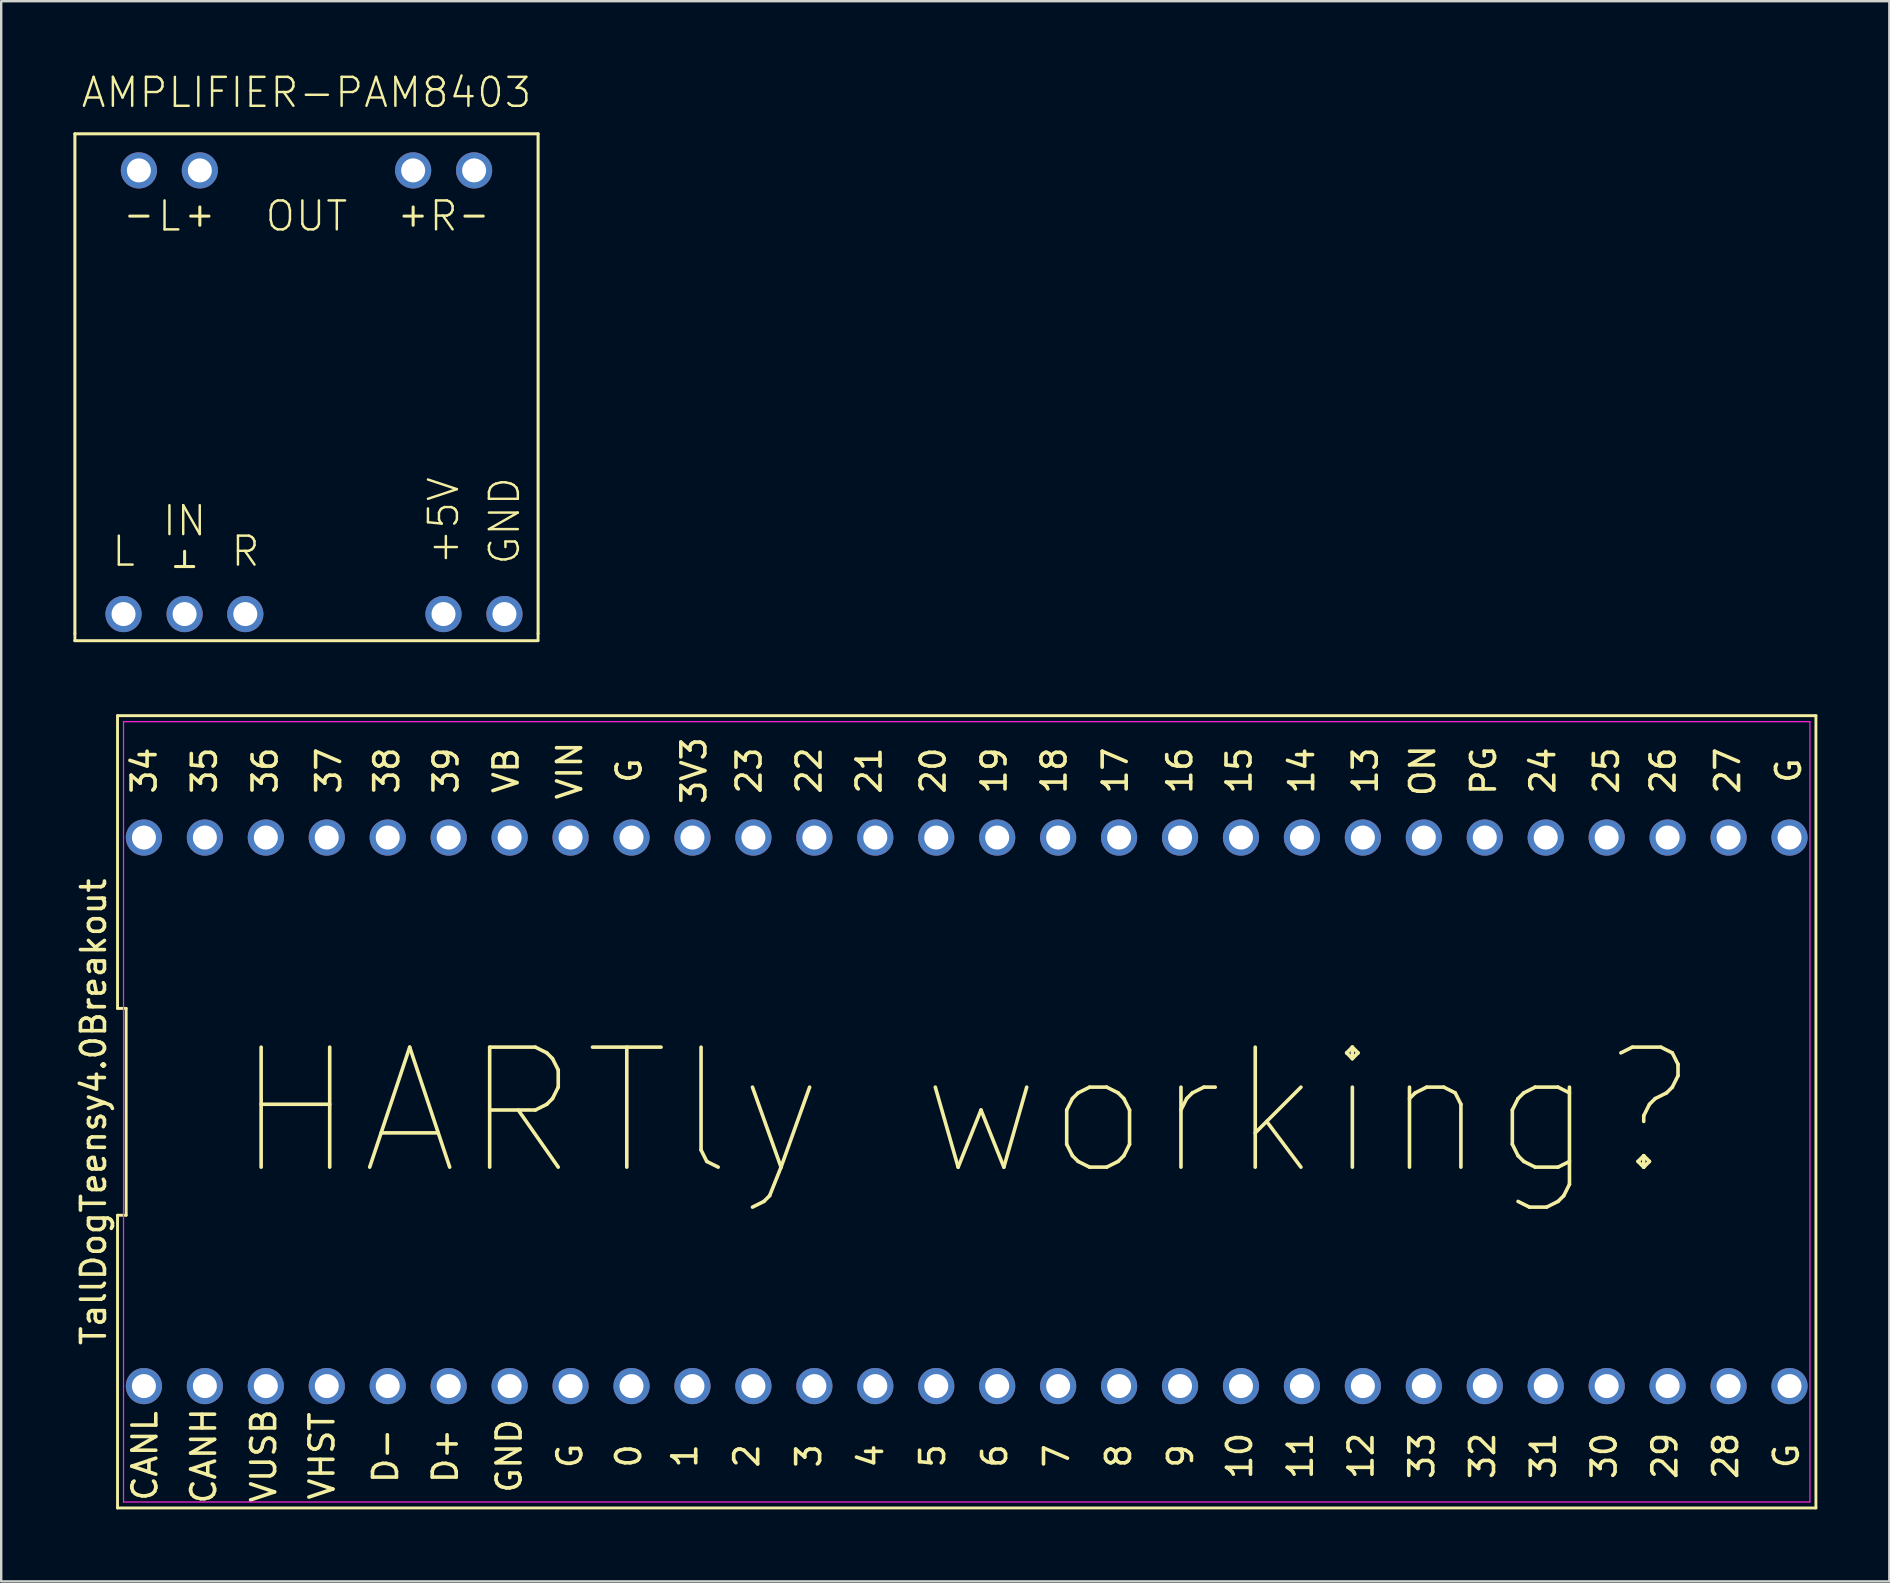
<source format=kicad_pcb>
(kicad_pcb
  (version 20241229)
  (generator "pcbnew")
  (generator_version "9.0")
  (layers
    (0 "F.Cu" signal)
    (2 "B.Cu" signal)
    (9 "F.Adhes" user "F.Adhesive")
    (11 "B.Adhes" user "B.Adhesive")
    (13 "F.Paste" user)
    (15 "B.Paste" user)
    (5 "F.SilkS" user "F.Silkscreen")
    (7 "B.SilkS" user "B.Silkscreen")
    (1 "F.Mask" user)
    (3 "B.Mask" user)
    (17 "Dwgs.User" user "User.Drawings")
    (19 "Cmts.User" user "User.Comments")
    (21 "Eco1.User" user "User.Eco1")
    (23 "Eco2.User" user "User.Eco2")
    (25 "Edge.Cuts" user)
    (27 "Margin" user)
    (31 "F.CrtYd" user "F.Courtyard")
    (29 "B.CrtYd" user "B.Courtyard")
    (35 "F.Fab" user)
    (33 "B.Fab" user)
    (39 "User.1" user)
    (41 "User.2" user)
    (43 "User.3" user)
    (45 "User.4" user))
  (footprint "AMPLIFIER-PAM8403"
    (layer "F.Cu")
    (at 4.373 11.691)
    (property "Reference" "AMPLIFIER-PAM8403" (at 5.35 -10.18 0) (layer "F.SilkS") (effects (font (size 1.206 1.206) (thickness 0.102)) (justify bottom)))
    (attr through_hole)
    (fp_line (start -4.302 -9.164) (end 15.002 -9.164) (stroke (width 0.127) (type solid)) (layer "F.SilkS"))
    (fp_line (start -4.302 11.664) (end -4.302 -9.164) (stroke (width 0.127) (type solid)) (layer "F.SilkS"))
    (fp_line (start -4.302 11.664) (end -4.3 11.94) (stroke (width 0.12) (type solid)) (layer "F.SilkS"))
    (fp_line (start -1.254 -5.735) (end -2.016 -5.735) (stroke (width 0.127) (type solid)) (layer "F.SilkS"))
    (fp_line (start -0.111 8.87) (end 0.651 8.87) (stroke (width 0.127) (type solid)) (layer "F.SilkS"))
    (fp_line (start 0.27 8.235) (end 0.27 8.87) (stroke (width 0.127) (type solid)) (layer "F.SilkS"))
    (fp_line (start 0.524 -5.735) (end 1.286 -5.735) (stroke (width 0.127) (type solid)) (layer "F.SilkS"))
    (fp_line (start 0.905 -6.116) (end 0.905 -5.354) (stroke (width 0.127) (type solid)) (layer "F.SilkS"))
    (fp_line (start 9.414 -5.735) (end 10.176 -5.735) (stroke (width 0.127) (type solid)) (layer "F.SilkS"))
    (fp_line (start 9.795 -6.116) (end 9.795 -5.354) (stroke (width 0.127) (type solid)) (layer "F.SilkS"))
    (fp_line (start 11.954 -5.735) (end 12.716 -5.735) (stroke (width 0.127) (type solid)) (layer "F.SilkS"))
    (fp_line (start 14.994 11.96) (end -4.31 11.96) (stroke (width 0.127) (type solid)) (layer "F.SilkS"))
    (fp_line (start 15 11.95) (end 15 11.67) (stroke (width 0.12) (type solid)) (layer "F.SilkS"))
    (fp_line (start 15.002 -9.164) (end 15.002 11.664) (stroke (width 0.127) (type solid)) (layer "F.SilkS"))
    (fp_text user "R" (at 2.81 8.235 0) (layer "F.SilkS") (effects (font (size 1.206 1.206) (thickness 0.102))))
    (fp_text user "OUT" (at 5.35 -5.735 0) (layer "F.SilkS") (effects (font (size 1.206 1.206) (thickness 0.102))))
    (fp_text user "L" (at -2.27 8.235 0) (layer "F.SilkS") (effects (font (size 1.206 1.206) (thickness 0.102))))
    (fp_text user "L" (at -0.365 -5.735 0) (layer "F.SilkS") (effects (font (size 1.206 1.206) (thickness 0.102))))
    (fp_text user "+5V" (at 11.065 8.87 90) (layer "F.SilkS") (effects (font (size 1.206 1.206) (thickness 0.102)) (justify left)))
    (fp_text user "GND" (at 13.605 8.87 90) (layer "F.SilkS") (effects (font (size 1.206 1.206) (thickness 0.102)) (justify left)))
    (fp_text user "IN" (at 0.27 6.965 0) (layer "F.SilkS") (effects (font (size 1.206 1.206) (thickness 0.102))))
    (fp_text user "R" (at 11.065 -5.735 0) (layer "F.SilkS") (effects (font (size 1.206 1.206) (thickness 0.102))))
    (pad "+5V" thru_hole circle (at 11.06 10.85) (size 1.508 1.508) (drill 1) (layers "*.Cu" "*.Mask"))
    (pad "GND" thru_hole circle (at 13.6 10.85) (size 1.508 1.508) (drill 1) (layers "*.Cu" "*.Mask"))
    (pad "IN.COM" thru_hole circle (at 0.27 10.85) (size 1.508 1.508) (drill 1) (layers "*.Cu" "*.Mask"))
    (pad "IN.L" thru_hole circle (at -2.275 10.85) (size 1.508 1.508) (drill 1) (layers "*.Cu" "*.Mask"))
    (pad "IN.R" thru_hole circle (at 2.8 10.85) (size 1.508 1.508) (drill 1) (layers "*.Cu" "*.Mask"))
    (pad "OUT.L+" thru_hole circle (at 0.905 -7.64) (size 1.508 1.508) (drill 1) (layers "*.Cu" "*.Mask"))
    (pad "OUT.L-" thru_hole circle (at -1.635 -7.64) (size 1.508 1.508) (drill 1) (layers "*.Cu" "*.Mask"))
    (pad "OUT.R+" thru_hole circle (at 9.795 -7.64) (size 1.508 1.508) (drill 1) (layers "*.Cu" "*.Mask"))
    (pad "OUT.R-" thru_hole circle (at 12.335 -7.64) (size 1.508 1.508) (drill 1) (layers "*.Cu" "*.Mask")))
  (footprint "TallDogTeensy4.0Breakout"
    (layer "F.Cu")
    (at 37.238 43.285)
    (property "Reference" "TallDogTeensy4.0Breakout" (at -36.39 0 90) (layer "F.SilkS") (effects (font (size 1 1) (thickness 0.15))))
    (attr through_hole)
    (fp_line (start -35.39 -16.51) (end -35.39 -4.31) (stroke (width 0.12) (type solid)) (layer "F.SilkS"))
    (fp_line (start -35.39 -4.31) (end -35.03 -4.31) (stroke (width 0.12) (type solid)) (layer "F.SilkS"))
    (fp_line (start -35.39 4.31) (end -35.39 16.51) (stroke (width 0.12) (type solid)) (layer "F.SilkS"))
    (fp_line (start -35.39 16.51) (end 35.39 16.51) (stroke (width 0.12) (type solid)) (layer "F.SilkS"))
    (fp_line (start -35.03 -4.31) (end -35.03 4.31) (stroke (width 0.12) (type solid)) (layer "F.SilkS"))
    (fp_line (start -35.03 4.31) (end -35.39 4.31) (stroke (width 0.12) (type solid)) (layer "F.SilkS"))
    (fp_line (start 35.39 -16.51) (end -35.39 -16.51) (stroke (width 0.12) (type solid)) (layer "F.SilkS"))
    (fp_line (start 35.39 16.51) (end 35.39 -16.51) (stroke (width 0.12) (type solid)) (layer "F.SilkS"))
    (fp_line (start -35.14 -16.26) (end 35.14 -16.26) (stroke (width 0.05) (type solid)) (layer "F.CrtYd"))
    (fp_line (start -35.14 16.26) (end -35.14 -16.26) (stroke (width 0.05) (type solid)) (layer "F.CrtYd"))
    (fp_line (start 35.14 -16.26) (end 35.14 16.26) (stroke (width 0.05) (type solid)) (layer "F.CrtYd"))
    (fp_line (start 35.14 16.26) (end -35.14 16.26) (stroke (width 0.05) (type solid)) (layer "F.CrtYd"))
    (fp_text user "VB" (at -19.2 -14.22 90) (layer "F.SilkS") (effects (font (size 1 1) (thickness 0.15))))
    (fp_text user "4" (at -4.003 14.34 90) (layer "F.SilkS") (effects (font (size 1 1) (thickness 0.15))))
    (fp_text user "VUSB" (at -29.3 14.34 90) (layer "F.SilkS") (effects (font (size 1 1) (thickness 0.15))))
    (fp_text user "G" (at -16.54 14.34 90) (layer "F.SilkS") (effects (font (size 1 1) (thickness 0.15))))
    (fp_text user "ON" (at 19 -14.22 90) (layer "F.SilkS") (effects (font (size 1 1) (thickness 0.15))))
    (fp_text user "26" (at 29.02 -14.22 90) (layer "F.SilkS") (effects (font (size 1 1) (thickness 0.15))))
    (fp_text user "30" (at 26.563 14.34 90) (layer "F.SilkS") (effects (font (size 1 1) (thickness 0.15))))
    (fp_text user "28" (at 31.628 14.34 90) (layer "F.SilkS") (effects (font (size 1 1) (thickness 0.15))))
    (fp_text user "36" (at -29.24 -14.22 90) (layer "F.SilkS") (effects (font (size 1 1) (thickness 0.15))))
    (fp_text user "10" (at 11.37 14.34 90) (layer "F.SilkS") (effects (font (size 1 1) (thickness 0.15))))
    (fp_text user "5" (at -1.42 14.34 90) (layer "F.SilkS") (effects (font (size 1 1) (thickness 0.15))))
    (fp_text user "G" (at 34.25 -14.22 90) (layer "F.SilkS") (effects (font (size 1 1) (thickness 0.15))))
    (fp_text user "25" (at 26.66 -14.22 90) (layer "F.SilkS") (effects (font (size 1 1) (thickness 0.15))))
    (fp_text user "23" (at -9.07 -14.22 90) (layer "F.SilkS") (effects (font (size 1 1) (thickness 0.15))))
    (fp_text user "12" (at 16.434 14.34 90) (layer "F.SilkS") (effects (font (size 1 1) (thickness 0.15))))
    (fp_text user "19" (at 1.14 -14.22 90) (layer "F.SilkS") (effects (font (size 1 1) (thickness 0.15))))
    (fp_text user "27" (at 31.71 -14.22 90) (layer "F.SilkS") (effects (font (size 1 1) (thickness 0.15))))
    (fp_text user "31" (at 24.031 14.34 90) (layer "F.SilkS") (effects (font (size 1 1) (thickness 0.15))))
    (fp_text user "35" (at -31.77 -14.22 90) (layer "F.SilkS") (effects (font (size 1 1) (thickness 0.15))))
    (fp_text user "13" (at 16.61 -14.22 90) (layer "F.SilkS") (effects (font (size 1 1) (thickness 0.15))))
    (fp_text user "14" (at 13.96 -14.22 90) (layer "F.SilkS") (effects (font (size 1 1) (thickness 0.15))))
    (fp_text user "G" (at 34.16 14.34 90) (layer "F.SilkS") (effects (font (size 1 1) (thickness 0.15))))
    (fp_text user "33" (at 18.967 14.34 90) (layer "F.SilkS") (effects (font (size 1 1) (thickness 0.15))))
    (fp_text user "6" (at 1.163 14.34 90) (layer "F.SilkS") (effects (font (size 1 1) (thickness 0.15))))
    (fp_text user "3V3" (at -11.37 -14.22 90) (layer "F.SilkS") (effects (font (size 1 1) (thickness 0.15))))
    (fp_text user "11" (at 13.902 14.34 90) (layer "F.SilkS") (effects (font (size 1 1) (thickness 0.15))))
    (fp_text user "CANL" (at -34.25 14.34 90) (layer "F.SilkS") (effects (font (size 1 1) (thickness 0.15))))
    (fp_text user "3" (at -6.585 14.34 90) (layer "F.SilkS") (effects (font (size 1 1) (thickness 0.15))))
    (fp_text user "VHST" (at -26.87 14.34 90) (layer "F.SilkS") (effects (font (size 1 1) (thickness 0.15))))
    (fp_text user "16" (at 8.88 -14.22 90) (layer "F.SilkS") (effects (font (size 1 1) (thickness 0.15))))
    (fp_text user "D+" (at -21.73 14.34 90) (layer "F.SilkS") (effects (font (size 1 1) (thickness 0.15))))
    (fp_text user "17" (at 6.19 -14.22 90) (layer "F.SilkS") (effects (font (size 1 1) (thickness 0.15))))
    (fp_text user "21" (at -4.07 -14.22 90) (layer "F.SilkS") (effects (font (size 1 1) (thickness 0.15))))
    (fp_text user "18" (at 3.64 -14.22 90) (layer "F.SilkS") (effects (font (size 1 1) (thickness 0.15))))
    (fp_text user "7" (at 3.745 14.34 90) (layer "F.SilkS") (effects (font (size 1 1) (thickness 0.15))))
    (fp_text user "G" (at -14.07 -14.22 90) (layer "F.SilkS") (effects (font (size 1 1) (thickness 0.15))))
    (fp_text user "CANH" (at -31.8 14.34 90) (layer "F.SilkS") (effects (font (size 1 1) (thickness 0.15))))
    (fp_text user "1" (at -11.75 14.34 90) (layer "F.SilkS") (effects (font (size 1 1) (thickness 0.15))))
    (fp_text user "29" (at 29.096 14.34 90) (layer "F.SilkS") (effects (font (size 1 1) (thickness 0.15))))
    (fp_text user "15" (at 11.35 -14.22 90) (layer "F.SilkS") (effects (font (size 1 1) (thickness 0.15))))
    (fp_text user "VIN" (at -16.55 -14.22 90) (layer "F.SilkS") (effects (font (size 1 1) (thickness 0.15))))
    (fp_text user "PG" (at 21.54 -14.22 90) (layer "F.SilkS") (effects (font (size 1 1) (thickness 0.15))))
    (fp_text user "20" (at -1.4 -14.22 90) (layer "F.SilkS") (effects (font (size 1 1) (thickness 0.15))))
    (fp_text user "8" (at 6.327 14.34 90) (layer "F.SilkS") (effects (font (size 1 1) (thickness 0.15))))
    (fp_text user "37" (at -26.59 -14.22 90) (layer "F.SilkS") (effects (font (size 1 1) (thickness 0.15))))
    (fp_text user "GND" (at -19.07 14.34 90) (layer "F.SilkS") (effects (font (size 1 1) (thickness 0.15))))
    (fp_text user "24" (at 24.01 -14.22 90) (layer "F.SilkS") (effects (font (size 1 1) (thickness 0.15))))
    (fp_text user "38" (at -24.17 -14.22 90) (layer "F.SilkS") (effects (font (size 1 1) (thickness 0.15))))
    (fp_text user "2" (at -9.168 14.34 90) (layer "F.SilkS") (effects (font (size 1 1) (thickness 0.15))))
    (fp_text user "9" (at 8.91 14.34 90) (layer "F.SilkS") (effects (font (size 1 1) (thickness 0.15))))
    (fp_text user "39" (at -21.7 -14.22 90) (layer "F.SilkS") (effects (font (size 1 1) (thickness 0.15))))
    (fp_text user "22" (at -6.57 -14.22 90) (layer "F.SilkS") (effects (font (size 1 1) (thickness 0.15))))
    (fp_text user "HARTly working?" (at 0 0 0) (layer "F.SilkS") (effects (font (size 5 5) (thickness 0.15))))
    (fp_text user "32" (at 21.499 14.34 90) (layer "F.SilkS") (effects (font (size 1 1) (thickness 0.15))))
    (fp_text user "34" (at -34.28 -14.22 90) (layer "F.SilkS") (effects (font (size 1 1) (thickness 0.15))))
    (fp_text user "0" (at -14.09 14.34 270) (layer "F.SilkS") (effects (font (size 1 1) (thickness 0.15))))
    (fp_text user "D-" (at -24.22 14.34 90) (layer "F.SilkS") (effects (font (size 1 1) (thickness 0.15))))
    (pad "0" thru_hole circle (at -13.97 11.43) (size 1.508 1.508) (drill 1) (layers "*.Cu" "*.Mask"))
    (pad "1" thru_hole circle (at -11.43 11.43) (size 1.508 1.508) (drill 1) (layers "*.Cu" "*.Mask"))
    (pad "2" thru_hole circle (at -8.89 11.43) (size 1.508 1.508) (drill 1) (layers "*.Cu" "*.Mask"))
    (pad "3" thru_hole circle (at -6.35 11.43) (size 1.508 1.508) (drill 1) (layers "*.Cu" "*.Mask"))
    (pad "3V3" thru_hole circle (at -11.43 -11.43) (size 1.508 1.508) (drill 1) (layers "*.Cu" "*.Mask"))
    (pad "4" thru_hole circle (at -3.81 11.43) (size 1.508 1.508) (drill 1) (layers "*.Cu" "*.Mask"))
    (pad "5" thru_hole circle (at -1.27 11.43) (size 1.508 1.508) (drill 1) (layers "*.Cu" "*.Mask"))
    (pad "6" thru_hole circle (at 1.27 11.43) (size 1.508 1.508) (drill 1) (layers "*.Cu" "*.Mask"))
    (pad "7" thru_hole circle (at 3.81 11.43) (size 1.508 1.508) (drill 1) (layers "*.Cu" "*.Mask"))
    (pad "8" thru_hole circle (at 6.35 11.43) (size 1.508 1.508) (drill 1) (layers "*.Cu" "*.Mask"))
    (pad "9" thru_hole circle (at 8.89 11.43) (size 1.508 1.508) (drill 1) (layers "*.Cu" "*.Mask"))
    (pad "10" thru_hole circle (at 11.43 11.43) (size 1.508 1.508) (drill 1) (layers "*.Cu" "*.Mask"))
    (pad "11" thru_hole circle (at 13.97 11.43) (size 1.508 1.508) (drill 1) (layers "*.Cu" "*.Mask"))
    (pad "12" thru_hole circle (at 16.51 11.43) (size 1.508 1.508) (drill 1) (layers "*.Cu" "*.Mask"))
    (pad "13" thru_hole circle (at 16.51 -11.43) (size 1.508 1.508) (drill 1) (layers "*.Cu" "*.Mask"))
    (pad "14" thru_hole circle (at 13.97 -11.43) (size 1.508 1.508) (drill 1) (layers "*.Cu" "*.Mask"))
    (pad "15" thru_hole circle (at 11.43 -11.43) (size 1.508 1.508) (drill 1) (layers "*.Cu" "*.Mask"))
    (pad "16" thru_hole circle (at 8.89 -11.43) (size 1.508 1.508) (drill 1) (layers "*.Cu" "*.Mask"))
    (pad "17" thru_hole circle (at 6.35 -11.43) (size 1.508 1.508) (drill 1) (layers "*.Cu" "*.Mask"))
    (pad "18" thru_hole circle (at 3.81 -11.43) (size 1.508 1.508) (drill 1) (layers "*.Cu" "*.Mask"))
    (pad "19" thru_hole circle (at 1.27 -11.43) (size 1.508 1.508) (drill 1) (layers "*.Cu" "*.Mask"))
    (pad "20" thru_hole circle (at -1.27 -11.43) (size 1.508 1.508) (drill 1) (layers "*.Cu" "*.Mask"))
    (pad "21" thru_hole circle (at -3.81 -11.43) (size 1.508 1.508) (drill 1) (layers "*.Cu" "*.Mask"))
    (pad "22" thru_hole circle (at -6.35 -11.43) (size 1.508 1.508) (drill 1) (layers "*.Cu" "*.Mask"))
    (pad "23" thru_hole circle (at -8.89 -11.43) (size 1.508 1.508) (drill 1) (layers "*.Cu" "*.Mask"))
    (pad "24" thru_hole circle (at 24.13 -11.43) (size 1.508 1.508) (drill 1) (layers "*.Cu" "*.Mask"))
    (pad "25" thru_hole circle (at 26.67 -11.43) (size 1.508 1.508) (drill 1) (layers "*.Cu" "*.Mask"))
    (pad "26" thru_hole circle (at 29.21 -11.43) (size 1.508 1.508) (drill 1) (layers "*.Cu" "*.Mask"))
    (pad "27" thru_hole circle (at 31.75 -11.43) (size 1.508 1.508) (drill 1) (layers "*.Cu" "*.Mask"))
    (pad "28" thru_hole circle (at 31.75 11.43) (size 1.508 1.508) (drill 1) (layers "*.Cu" "*.Mask"))
    (pad "29" thru_hole circle (at 29.21 11.43) (size 1.508 1.508) (drill 1) (layers "*.Cu" "*.Mask"))
    (pad "30" thru_hole circle (at 26.67 11.43) (size 1.508 1.508) (drill 1) (layers "*.Cu" "*.Mask"))
    (pad "31" thru_hole circle (at 24.13 11.43) (size 1.508 1.508) (drill 1) (layers "*.Cu" "*.Mask"))
    (pad "32" thru_hole circle (at 21.59 11.43) (size 1.508 1.508) (drill 1) (layers "*.Cu" "*.Mask"))
    (pad "33" thru_hole circle (at 19.05 11.43) (size 1.508 1.508) (drill 1) (layers "*.Cu" "*.Mask"))
    (pad "34" thru_hole circle (at -34.29 -11.43) (size 1.508 1.508) (drill 1) (layers "*.Cu" "*.Mask"))
    (pad "35" thru_hole circle (at -31.75 -11.43) (size 1.508 1.508) (drill 1) (layers "*.Cu" "*.Mask"))
    (pad "36" thru_hole circle (at -29.21 -11.43) (size 1.508 1.508) (drill 1) (layers "*.Cu" "*.Mask"))
    (pad "37" thru_hole circle (at -26.67 -11.43) (size 1.508 1.508) (drill 1) (layers "*.Cu" "*.Mask"))
    (pad "38" thru_hole circle (at -24.13 -11.43) (size 1.508 1.508) (drill 1) (layers "*.Cu" "*.Mask"))
    (pad "39" thru_hole circle (at -21.59 -11.43) (size 1.508 1.508) (drill 1) (layers "*.Cu" "*.Mask"))
    (pad "CANH" thru_hole circle (at -31.75 11.43) (size 1.508 1.508) (drill 1) (layers "*.Cu" "*.Mask"))
    (pad "CANL" thru_hole circle (at -34.29 11.43) (size 1.508 1.508) (drill 1) (layers "*.Cu" "*.Mask"))
    (pad "D+" thru_hole circle (at -21.59 11.43) (size 1.508 1.508) (drill 1) (layers "*.Cu" "*.Mask"))
    (pad "D-" thru_hole circle (at -24.13 11.43) (size 1.508 1.508) (drill 1) (layers "*.Cu" "*.Mask"))
    (pad "G" thru_hole circle (at -16.51 11.43) (size 1.508 1.508) (drill 1) (layers "*.Cu" "*.Mask"))
    (pad "G" thru_hole circle (at -13.97 -11.43) (size 1.508 1.508) (drill 1) (layers "*.Cu" "*.Mask"))
    (pad "G" thru_hole circle (at 34.29 -11.43) (size 1.508 1.508) (drill 1) (layers "*.Cu" "*.Mask"))
    (pad "G" thru_hole circle (at 34.29 11.43) (size 1.508 1.508) (drill 1) (layers "*.Cu" "*.Mask"))
    (pad "GND" thru_hole circle (at -19.05 11.43) (size 1.508 1.508) (drill 1) (layers "*.Cu" "*.Mask"))
    (pad "ON" thru_hole circle (at 19.05 -11.43) (size 1.508 1.508) (drill 1) (layers "*.Cu" "*.Mask"))
    (pad "PG" thru_hole circle (at 21.59 -11.43) (size 1.508 1.508) (drill 1) (layers "*.Cu" "*.Mask"))
    (pad "VB" thru_hole circle (at -19.05 -11.43) (size 1.508 1.508) (drill 1) (layers "*.Cu" "*.Mask"))
    (pad "VHST" thru_hole circle (at -26.67 11.43) (size 1.508 1.508) (drill 1) (layers "*.Cu" "*.Mask"))
    (pad "VIN" thru_hole circle (at -16.51 -11.43) (size 1.508 1.508) (drill 1) (layers "*.Cu" "*.Mask"))
    (pad "VUSB" thru_hole circle (at -29.21 11.43) (size 1.508 1.508) (drill 1) (layers "*.Cu" "*.Mask")))
  (gr_rect
    (start -3 -3)
    (end 75.688 62.855)
    (stroke (width 0.1) (type default))
    (fill no)
    (layer "Edge.Cuts")))
</source>
